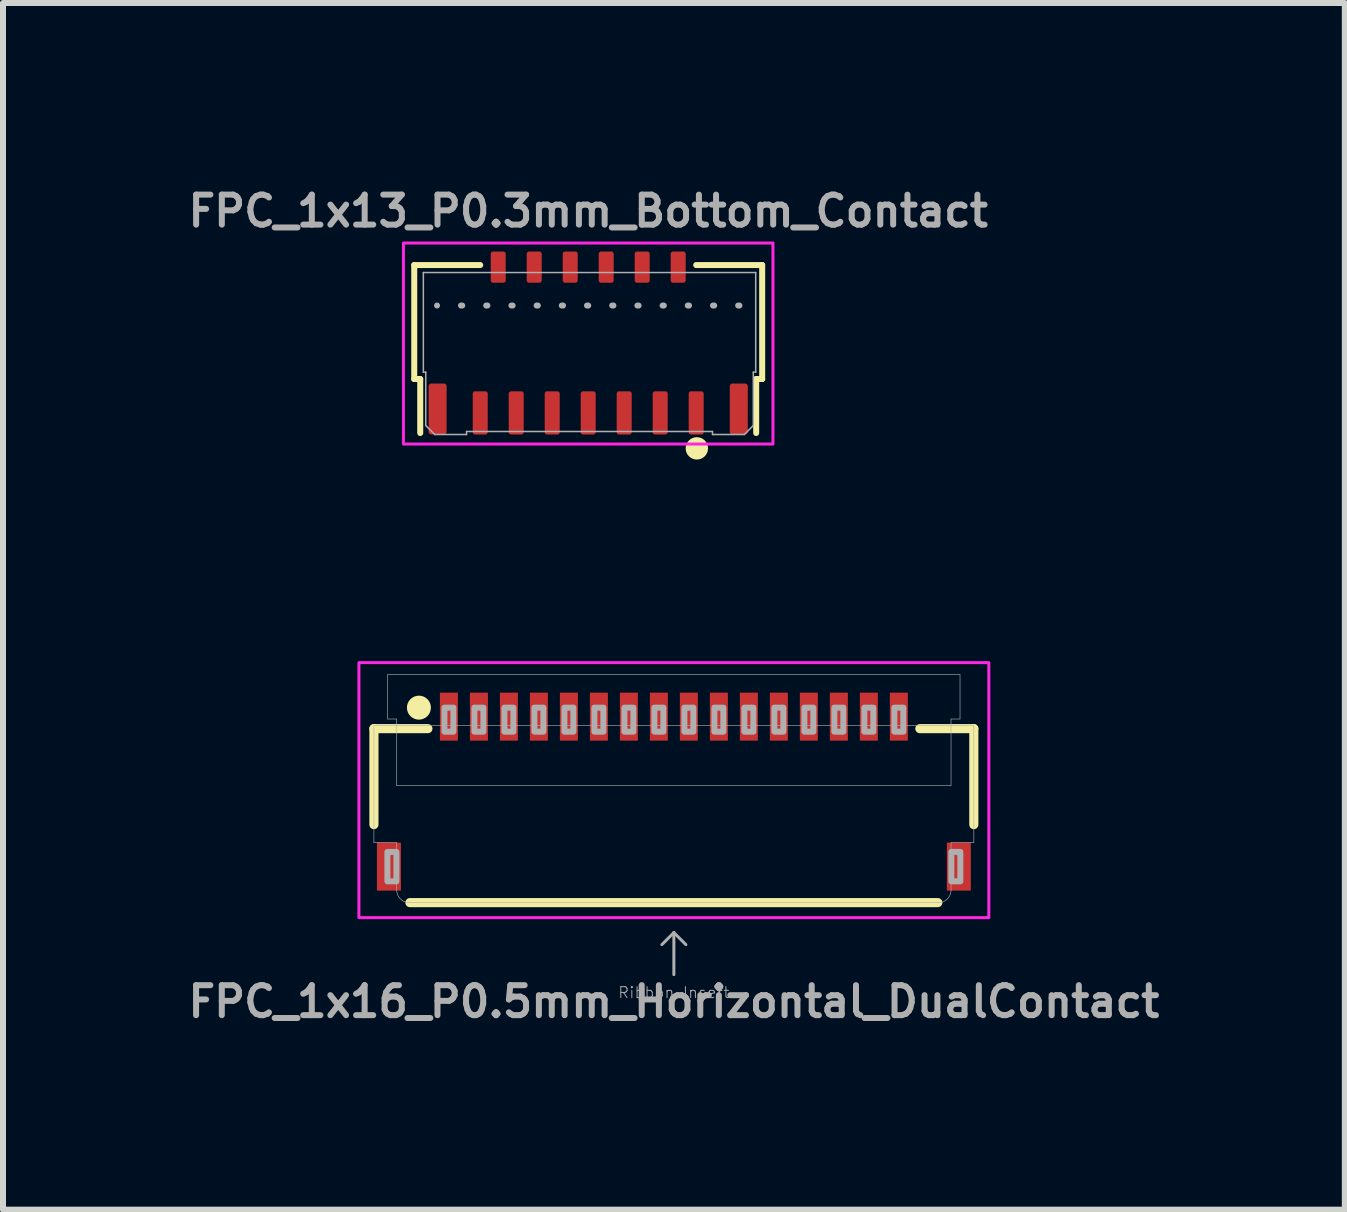
<source format=kicad_pcb>
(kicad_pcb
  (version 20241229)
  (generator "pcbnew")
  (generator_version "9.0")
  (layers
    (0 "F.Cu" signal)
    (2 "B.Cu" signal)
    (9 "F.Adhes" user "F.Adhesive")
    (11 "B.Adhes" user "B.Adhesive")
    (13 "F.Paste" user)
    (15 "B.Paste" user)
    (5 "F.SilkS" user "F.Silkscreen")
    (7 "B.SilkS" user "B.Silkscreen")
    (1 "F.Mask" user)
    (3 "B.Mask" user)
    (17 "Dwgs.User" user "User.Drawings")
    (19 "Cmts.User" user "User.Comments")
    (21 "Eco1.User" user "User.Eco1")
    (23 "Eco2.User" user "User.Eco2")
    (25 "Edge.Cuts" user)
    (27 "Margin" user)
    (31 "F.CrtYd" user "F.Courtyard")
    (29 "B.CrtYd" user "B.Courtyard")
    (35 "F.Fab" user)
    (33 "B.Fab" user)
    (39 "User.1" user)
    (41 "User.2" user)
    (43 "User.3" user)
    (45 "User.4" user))
  (footprint "FPC_1x16_P0.5mm_Horizontal_DualContact"
    (layer "F.Cu")
    (at 8.183 10.246)
    (property "Reference" "FPC_1x16_P0.5mm_Horizontal_DualContact" (at 0 3.4 0) (layer "F.Fab") (effects (font (size 0.5 0.5) (thickness 0.1) (bold yes))))
    (attr smd)
    (fp_line (start -5 -1.15) (end -5 0.45) (stroke (width 0.152) (type solid)) (layer "F.SilkS"))
    (fp_line (start -5 -1.15) (end -4.1 -1.15) (stroke (width 0.152) (type solid)) (layer "F.SilkS"))
    (fp_line (start -4.4 1.75) (end 4.4 1.75) (stroke (width 0.152) (type solid)) (layer "F.SilkS"))
    (fp_line (start 5 -1.15) (end 4.1 -1.15) (stroke (width 0.152) (type solid)) (layer "F.SilkS"))
    (fp_line (start 5 -1.15) (end 5 0.45) (stroke (width 0.152) (type solid)) (layer "F.SilkS"))
    (fp_circle (center -4.25 -1.5) (end -4.35 -1.5) (stroke (width 0.2) (type solid)) (fill yes) (layer "F.SilkS"))
    (fp_rect (start -5.25 -2.25) (end 5.25 2) (stroke (width 0.05) (type default)) (fill no) (layer "F.CrtYd"))
    (fp_line (start -5 -1.2) (end -5 0.75) (stroke (width 0.01) (type solid)) (layer "F.Fab"))
    (fp_line (start -5 -1.2) (end -4.62 -1.2) (stroke (width 0.01) (type solid)) (layer "F.Fab"))
    (fp_line (start -4.77 -2.05) (end -4.77 -1.31) (stroke (width 0.01) (type solid)) (layer "F.Fab"))
    (fp_line (start -4.77 -2.05) (end 4.77 -2.05) (stroke (width 0.01) (type solid)) (layer "F.Fab"))
    (fp_line (start -4.62 -1.31) (end -4.77 -1.31) (stroke (width 0.01) (type solid)) (layer "F.Fab"))
    (fp_line (start -4.62 -1.2) (end -4.62 -1.31) (stroke (width 0.01) (type solid)) (layer "F.Fab"))
    (fp_line (start -4.62 -1.2) (end 4.62 -1.2) (stroke (width 0.01) (type solid)) (layer "F.Fab"))
    (fp_line (start -4.62 -0.2) (end -4.62 -1.2) (stroke (width 0.01) (type solid)) (layer "F.Fab"))
    (fp_line (start -4.62 -0.2) (end 4.62 -0.2) (stroke (width 0.01) (type solid)) (layer "F.Fab"))
    (fp_line (start -4.62 0.75) (end -5 0.75) (stroke (width 0.01) (type solid)) (layer "F.Fab"))
    (fp_line (start -4.62 1.55) (end -4.62 0.75) (stroke (width 0.01) (type solid)) (layer "F.Fab"))
    (fp_line (start 0 2.25) (end -0.2 2.45) (stroke (width 0.05) (type solid)) (layer "F.Fab"))
    (fp_line (start 0 2.25) (end 0.2 2.45) (stroke (width 0.05) (type solid)) (layer "F.Fab"))
    (fp_line (start 0 2.95) (end 0 2.25) (stroke (width 0.05) (type solid)) (layer "F.Fab"))
    (fp_line (start 4.41 1.75) (end -4.41 1.75) (stroke (width 0.01) (type solid)) (layer "F.Fab"))
    (fp_line (start 4.62 -1.31) (end 4.77 -1.31) (stroke (width 0.01) (type solid)) (layer "F.Fab"))
    (fp_line (start 4.62 -1.2) (end 4.62 -1.31) (stroke (width 0.01) (type solid)) (layer "F.Fab"))
    (fp_line (start 4.62 -1.2) (end 5 -1.2) (stroke (width 0.01) (type solid)) (layer "F.Fab"))
    (fp_line (start 4.62 -0.2) (end 4.62 -1.2) (stroke (width 0.01) (type solid)) (layer "F.Fab"))
    (fp_line (start 4.62 1.55) (end 4.62 0.75) (stroke (width 0.01) (type solid)) (layer "F.Fab"))
    (fp_line (start 4.77 -1.31) (end 4.77 -2.05) (stroke (width 0.01) (type solid)) (layer "F.Fab"))
    (fp_line (start 5 -1.2) (end 5 0.75) (stroke (width 0.01) (type solid)) (layer "F.Fab"))
    (fp_line (start 5 0.75) (end 4.62 0.75) (stroke (width 0.01) (type solid)) (layer "F.Fab"))
    (fp_arc (start -4.409999 1.749999) (mid -4.55542 1.692442) (end -4.62 1.55) (stroke (width 0.01) (type solid)) (layer "F.Fab"))
    (fp_arc (start 4.62 1.55) (mid 4.55542 1.692442) (end 4.409999 1.749999) (stroke (width 0.01) (type solid)) (layer "F.Fab"))
    (fp_poly (pts (xy -4.775 1.395) (xy -4.625 1.395) (xy -4.625 0.905) (xy -4.775 0.905)) (stroke (width 0.1) (type default)) (fill no) (layer "F.Fab"))
    (fp_poly (pts (xy -3.825 -1.1) (xy -3.675 -1.1) (xy -3.675 -1.5) (xy -3.825 -1.5)) (stroke (width 0.1) (type default)) (fill no) (layer "F.Fab"))
    (fp_poly (pts (xy -3.325 -1.1) (xy -3.175 -1.1) (xy -3.175 -1.5) (xy -3.325 -1.5)) (stroke (width 0.1) (type default)) (fill no) (layer "F.Fab"))
    (fp_poly (pts (xy -2.825 -1.1) (xy -2.675 -1.1) (xy -2.675 -1.5) (xy -2.825 -1.5)) (stroke (width 0.1) (type default)) (fill no) (layer "F.Fab"))
    (fp_poly (pts (xy -2.325 -1.1) (xy -2.175 -1.1) (xy -2.175 -1.5) (xy -2.325 -1.5)) (stroke (width 0.1) (type default)) (fill no) (layer "F.Fab"))
    (fp_poly (pts (xy -1.825 -1.1) (xy -1.675 -1.1) (xy -1.675 -1.5) (xy -1.825 -1.5)) (stroke (width 0.1) (type default)) (fill no) (layer "F.Fab"))
    (fp_poly (pts (xy -1.325 -1.1) (xy -1.175 -1.1) (xy -1.175 -1.5) (xy -1.325 -1.5)) (stroke (width 0.1) (type default)) (fill no) (layer "F.Fab"))
    (fp_poly (pts (xy -0.825 -1.1) (xy -0.675 -1.1) (xy -0.675 -1.5) (xy -0.825 -1.5)) (stroke (width 0.1) (type default)) (fill no) (layer "F.Fab"))
    (fp_poly (pts (xy -0.325 -1.1) (xy -0.175 -1.1) (xy -0.175 -1.5) (xy -0.325 -1.5)) (stroke (width 0.1) (type default)) (fill no) (layer "F.Fab"))
    (fp_poly (pts (xy 0.175 -1.1) (xy 0.325 -1.1) (xy 0.325 -1.5) (xy 0.175 -1.5)) (stroke (width 0.1) (type default)) (fill no) (layer "F.Fab"))
    (fp_poly (pts (xy 0.675 -1.1) (xy 0.825 -1.1) (xy 0.825 -1.5) (xy 0.675 -1.5)) (stroke (width 0.1) (type default)) (fill no) (layer "F.Fab"))
    (fp_poly (pts (xy 1.175 -1.1) (xy 1.325 -1.1) (xy 1.325 -1.5) (xy 1.175 -1.5)) (stroke (width 0.1) (type default)) (fill no) (layer "F.Fab"))
    (fp_poly (pts (xy 1.675 -1.1) (xy 1.825 -1.1) (xy 1.825 -1.5) (xy 1.675 -1.5)) (stroke (width 0.1) (type default)) (fill no) (layer "F.Fab"))
    (fp_poly (pts (xy 2.175 -1.1) (xy 2.325 -1.1) (xy 2.325 -1.5) (xy 2.175 -1.5)) (stroke (width 0.1) (type default)) (fill no) (layer "F.Fab"))
    (fp_poly (pts (xy 2.675 -1.1) (xy 2.825 -1.1) (xy 2.825 -1.5) (xy 2.675 -1.5)) (stroke (width 0.1) (type default)) (fill no) (layer "F.Fab"))
    (fp_poly (pts (xy 3.175 -1.1) (xy 3.325 -1.1) (xy 3.325 -1.5) (xy 3.175 -1.5)) (stroke (width 0.1) (type default)) (fill no) (layer "F.Fab"))
    (fp_poly (pts (xy 3.675 -1.1) (xy 3.825 -1.1) (xy 3.825 -1.5) (xy 3.675 -1.5)) (stroke (width 0.1) (type default)) (fill no) (layer "F.Fab"))
    (fp_poly (pts (xy 4.625 1.395) (xy 4.775 1.395) (xy 4.775 0.905) (xy 4.625 0.905)) (stroke (width 0.1) (type default)) (fill no) (layer "F.Fab"))
    (fp_text user "Ribbon Insert" (at 0 3.25 0) (layer "F.Fab") (effects (font (size 0.184 0.184) (thickness 0.016))))
    (pad "1" smd rect (at -3.75 -1.35) (size 0.3 0.8) (layers "F.Cu" "F.Mask" "F.Paste"))
    (pad "2" smd rect (at -3.25 -1.35) (size 0.3 0.8) (layers "F.Cu" "F.Mask" "F.Paste"))
    (pad "3" smd rect (at -2.75 -1.35) (size 0.3 0.8) (layers "F.Cu" "F.Mask" "F.Paste"))
    (pad "4" smd rect (at -2.25 -1.35) (size 0.3 0.8) (layers "F.Cu" "F.Mask" "F.Paste"))
    (pad "5" smd rect (at -1.75 -1.35) (size 0.3 0.8) (layers "F.Cu" "F.Mask" "F.Paste"))
    (pad "6" smd rect (at -1.25 -1.35) (size 0.3 0.8) (layers "F.Cu" "F.Mask" "F.Paste"))
    (pad "7" smd rect (at -0.75 -1.35) (size 0.3 0.8) (layers "F.Cu" "F.Mask" "F.Paste"))
    (pad "8" smd rect (at -0.25 -1.35) (size 0.3 0.8) (layers "F.Cu" "F.Mask" "F.Paste"))
    (pad "9" smd rect (at 0.25 -1.35) (size 0.3 0.8) (layers "F.Cu" "F.Mask" "F.Paste"))
    (pad "10" smd rect (at 0.75 -1.35) (size 0.3 0.8) (layers "F.Cu" "F.Mask" "F.Paste"))
    (pad "11" smd rect (at 1.25 -1.35) (size 0.3 0.8) (layers "F.Cu" "F.Mask" "F.Paste"))
    (pad "12" smd rect (at 1.75 -1.35) (size 0.3 0.8) (layers "F.Cu" "F.Mask" "F.Paste"))
    (pad "13" smd rect (at 2.25 -1.35) (size 0.3 0.8) (layers "F.Cu" "F.Mask" "F.Paste"))
    (pad "14" smd rect (at 2.75 -1.35) (size 0.3 0.8) (layers "F.Cu" "F.Mask" "F.Paste"))
    (pad "15" smd rect (at 3.25 -1.35) (size 0.3 0.8) (layers "F.Cu" "F.Mask" "F.Paste"))
    (pad "16" smd rect (at 3.75 -1.35) (size 0.3 0.8) (layers "F.Cu" "F.Mask" "F.Paste"))
    (pad "MP1" smd rect (at -4.75 1.15) (size 0.4 0.8) (layers "F.Cu" "F.Mask" "F.Paste"))
    (pad "MP2" smd rect (at 4.75 1.15) (size 0.4 0.8) (layers "F.Cu" "F.Mask" "F.Paste")))
  (footprint "FPC_1x13_P0.3mm_Bottom_Contact"
    (layer "F.Cu")
    (at 6.755 2.568)
    (property "Reference" "FPC_1x13_P0.3mm_Bottom_Contact" (at 0 -2.1 0) (unlocked yes) (layer "F.Fab") (effects (font (size 0.5 0.5) (thickness 0.1))))
    (attr smd)
    (fp_line (start -2.9 0.7) (end -2.9 -1.2) (stroke (width 0.1) (type default)) (layer "F.SilkS"))
    (fp_line (start -2.8 0.7) (end -2.9 0.7) (stroke (width 0.1) (type default)) (layer "F.SilkS"))
    (fp_line (start -2.8 1.6) (end -2.8 0.7) (stroke (width 0.1) (type default)) (layer "F.SilkS"))
    (fp_line (start -1.8 -1.2) (end -2.9 -1.2) (stroke (width 0.1) (type default)) (layer "F.SilkS"))
    (fp_line (start 2.8 0.7) (end 2.9 0.7) (stroke (width 0.1) (type default)) (layer "F.SilkS"))
    (fp_line (start 2.8 1.6) (end 2.8 0.7) (stroke (width 0.1) (type default)) (layer "F.SilkS"))
    (fp_line (start 2.9 -1.2) (end 1.8 -1.2) (stroke (width 0.1) (type default)) (layer "F.SilkS"))
    (fp_line (start 2.9 0.7) (end 2.9 -1.2) (stroke (width 0.1) (type default)) (layer "F.SilkS"))
    (fp_circle (center 1.811 1.856) (end 1.705 1.77) (stroke (width 0.1) (type default)) (fill yes) (layer "F.SilkS"))
    (fp_rect (start -3.08 -1.567) (end 3.08 1.784) (stroke (width 0.05) (type default)) (fill no) (layer "F.CrtYd"))
    (fp_line (start -2.748 -1.075) (end -2.748 0.585) (stroke (width 0.025) (type default)) (layer "F.Fab"))
    (fp_line (start -2.748 0.585) (end -2.708 0.585) (stroke (width 0.025) (type default)) (layer "F.Fab"))
    (fp_line (start -2.708 0.585) (end -2.708 1.475) (stroke (width 0.025) (type default)) (layer "F.Fab"))
    (fp_line (start -2.708 1.475) (end -2.558 1.625) (stroke (width 0.025) (type default)) (layer "F.Fab"))
    (fp_line (start -2.558 1.625) (end -2.028 1.625) (stroke (width 0.025) (type default)) (layer "F.Fab"))
    (fp_line (start -2.028 1.575) (end 2.072 1.575) (stroke (width 0.025) (type default)) (layer "F.Fab"))
    (fp_line (start -2.028 1.625) (end -2.028 1.575) (stroke (width 0.025) (type default)) (layer "F.Fab"))
    (fp_line (start 2.072 1.575) (end 2.072 1.625) (stroke (width 0.025) (type default)) (layer "F.Fab"))
    (fp_line (start 2.072 1.625) (end 2.602 1.625) (stroke (width 0.025) (type default)) (layer "F.Fab"))
    (fp_line (start 2.52 -0.525) (end -2.52 -0.525) (stroke (width 0.1) (type dot)) (layer "F.Fab"))
    (fp_line (start 2.602 1.625) (end 2.752 1.475) (stroke (width 0.025) (type default)) (layer "F.Fab"))
    (fp_line (start 2.752 0.585) (end 2.792 0.585) (stroke (width 0.025) (type default)) (layer "F.Fab"))
    (fp_line (start 2.752 1.475) (end 2.752 0.585) (stroke (width 0.025) (type default)) (layer "F.Fab"))
    (fp_line (start 2.792 -1.075) (end -2.748 -1.075) (stroke (width 0.025) (type default)) (layer "F.Fab"))
    (fp_line (start 2.792 0.585) (end 2.792 -1.075) (stroke (width 0.025) (type default)) (layer "F.Fab"))
    (fp_text user "^^INSERT THIS END^^" (at -0.016 2.314 0) (unlocked yes) (layer "User.1") (effects (font (size 0.3 0.3) (thickness 0.075)) (justify bottom)))
    (fp_text user "^^INSERTION DEPTH^^" (at 3.367 -0.171 0) (unlocked yes) (layer "User.2") (effects (font (size 0.2 0.2) (thickness 0.05)) (justify left bottom)))
    (dimension (type orthogonal) (layer "User.2") (pts (xy 9.275 2.043) (xy 9.265 4.193)) (height 4.077) (orientation 1) (format (prefix "") (suffix "") (units 3) (units_format 1) (precision 2) (suppress_zeroes yes)) (style (thickness 0.05) (arrow_length -0.25) (text_position_mode 2) (arrow_direction outward) (extension_height 0.586) (extension_offset 0) (keep_text_aligned yes)) (gr_text "2.15 mm" (at 13.357 1.719 90) (layer "User.2") (effects (font (size 0.2 0.2) (thickness 0.15)) (justify left))))
    (pad "1" smd roundrect (at 1.8 1.265) (size 0.25 0.72) (layers "F.Cu" "F.Mask" "F.Paste") (roundrect_rratio 0.15))
    (pad "2" smd roundrect (at 1.5 -1.165) (size 0.25 0.52) (layers "F.Cu" "F.Mask" "F.Paste") (roundrect_rratio 0.15))
    (pad "3" smd roundrect (at 1.2 1.265) (size 0.25 0.72) (layers "F.Cu" "F.Mask" "F.Paste") (roundrect_rratio 0.15))
    (pad "4" smd roundrect (at 0.9 -1.165) (size 0.25 0.52) (layers "F.Cu" "F.Mask" "F.Paste") (roundrect_rratio 0.15))
    (pad "5" smd roundrect (at 0.6 1.265) (size 0.25 0.72) (layers "F.Cu" "F.Mask" "F.Paste") (roundrect_rratio 0.15))
    (pad "6" smd roundrect (at 0.3 -1.165) (size 0.25 0.52) (layers "F.Cu" "F.Mask" "F.Paste") (roundrect_rratio 0.15))
    (pad "7" smd roundrect (at 0 1.265) (size 0.25 0.72) (layers "F.Cu" "F.Mask" "F.Paste") (roundrect_rratio 0.15))
    (pad "8" smd roundrect (at -0.3 -1.165) (size 0.25 0.52) (layers "F.Cu" "F.Mask" "F.Paste") (roundrect_rratio 0.15))
    (pad "9" smd roundrect (at -0.6 1.265) (size 0.25 0.72) (layers "F.Cu" "F.Mask" "F.Paste") (roundrect_rratio 0.15))
    (pad "10" smd roundrect (at -0.9 -1.165) (size 0.25 0.52) (layers "F.Cu" "F.Mask" "F.Paste") (roundrect_rratio 0.15))
    (pad "11" smd roundrect (at -1.2 1.265) (size 0.25 0.72) (layers "F.Cu" "F.Mask" "F.Paste") (roundrect_rratio 0.15))
    (pad "12" smd roundrect (at -1.5 -1.165) (size 0.25 0.52) (layers "F.Cu" "F.Mask" "F.Paste") (roundrect_rratio 0.15))
    (pad "13" smd roundrect (at -1.8 1.265) (size 0.25 0.72) (layers "F.Cu" "F.Mask" "F.Paste") (roundrect_rratio 0.15))
    (pad "M1" smd roundrect (at -2.51 1.2) (size 0.3 0.85) (layers "F.Cu" "F.Mask" "F.Paste") (roundrect_rratio 0.15))
    (pad "M1" smd roundrect (at 2.51 1.2) (size 0.3 0.85) (layers "F.Cu" "F.Mask" "F.Paste") (roundrect_rratio 0.15)))
  (gr_rect
    (start -3 -3)
    (end 19.367 17.114)
    (stroke (width 0.1) (type default))
    (fill no)
    (layer "Edge.Cuts")))
</source>
